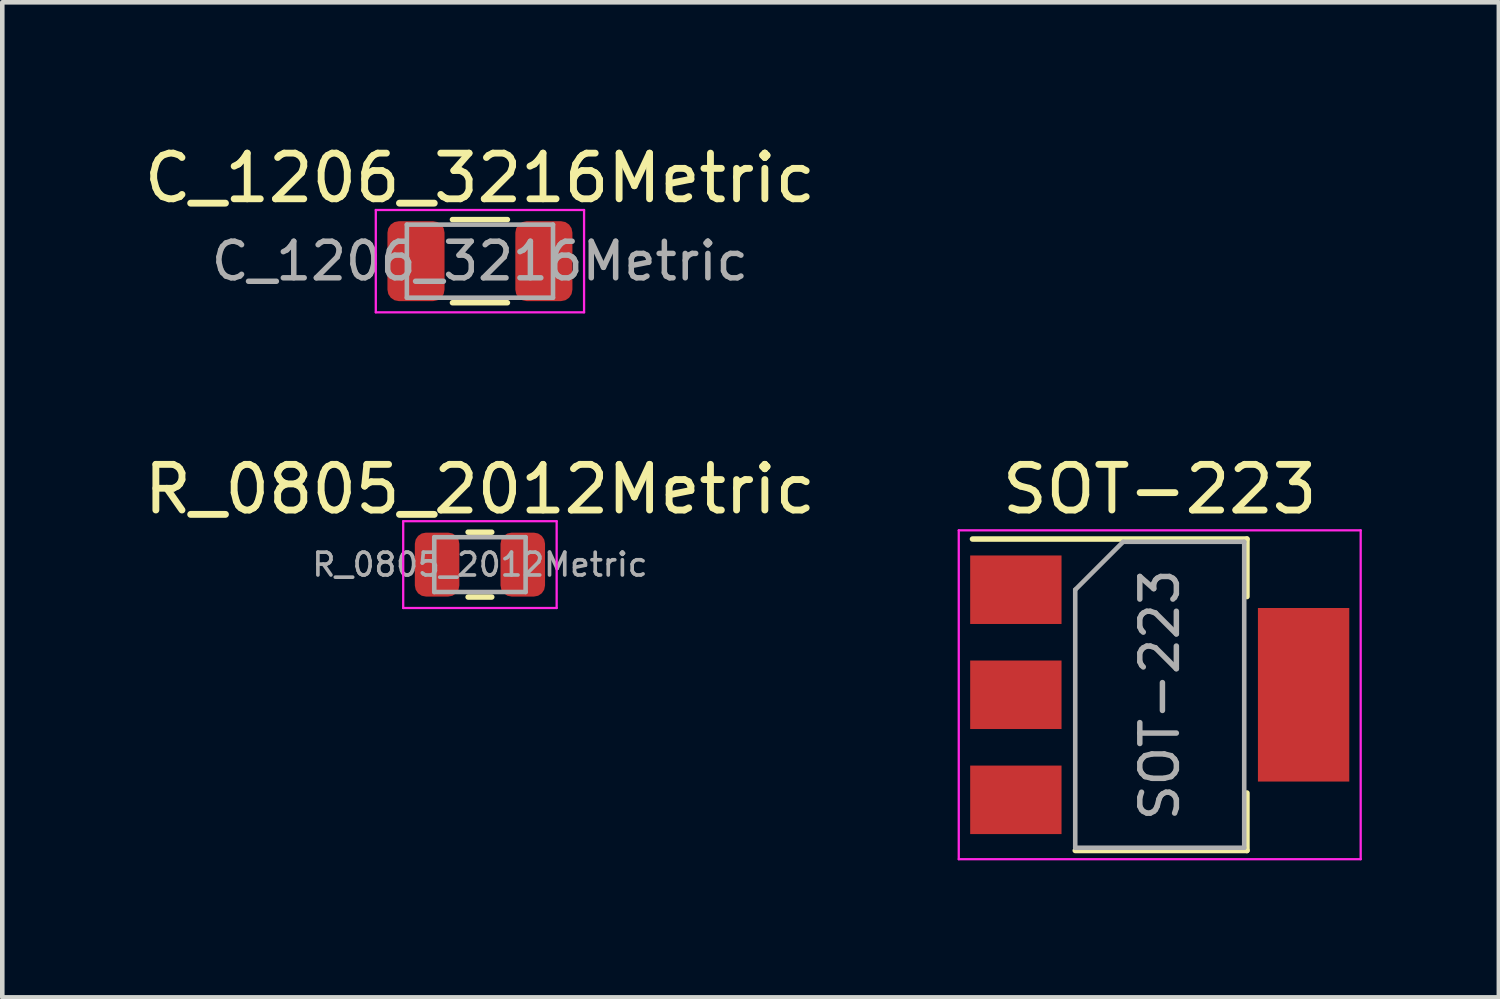
<source format=kicad_pcb>
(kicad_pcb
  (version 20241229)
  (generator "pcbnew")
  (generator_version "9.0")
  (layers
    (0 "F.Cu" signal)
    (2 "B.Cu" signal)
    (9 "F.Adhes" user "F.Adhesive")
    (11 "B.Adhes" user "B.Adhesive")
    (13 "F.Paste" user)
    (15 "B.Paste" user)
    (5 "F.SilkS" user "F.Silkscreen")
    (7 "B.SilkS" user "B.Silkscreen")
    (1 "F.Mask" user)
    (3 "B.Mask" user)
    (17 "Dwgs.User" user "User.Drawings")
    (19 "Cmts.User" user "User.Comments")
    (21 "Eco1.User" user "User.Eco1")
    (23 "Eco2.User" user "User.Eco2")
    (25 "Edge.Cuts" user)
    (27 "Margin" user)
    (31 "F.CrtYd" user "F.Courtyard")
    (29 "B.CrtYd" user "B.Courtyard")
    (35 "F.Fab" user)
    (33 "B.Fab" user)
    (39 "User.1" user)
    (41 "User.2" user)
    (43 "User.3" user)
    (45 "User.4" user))
  (footprint "SOT-223"
    (layer "F.Cu")
    (at 22.342 12.162)
    (property "Reference" "SOT-223" (at 0 -4.5 0) (layer "F.SilkS") (effects (font (size 1 1) (thickness 0.15))))
    (attr smd)
    (fp_line (start -4.1 -3.41) (end 1.91 -3.41) (stroke (width 0.12) (type solid)) (layer "F.SilkS"))
    (fp_line (start -1.85 3.41) (end 1.91 3.41) (stroke (width 0.12) (type solid)) (layer "F.SilkS"))
    (fp_line (start 1.91 -3.41) (end 1.91 -2.15) (stroke (width 0.12) (type solid)) (layer "F.SilkS"))
    (fp_line (start 1.91 3.41) (end 1.91 2.15) (stroke (width 0.12) (type solid)) (layer "F.SilkS"))
    (fp_line (start -4.4 -3.6) (end -4.4 3.6) (stroke (width 0.05) (type solid)) (layer "F.CrtYd"))
    (fp_line (start -4.4 3.6) (end 4.4 3.6) (stroke (width 0.05) (type solid)) (layer "F.CrtYd"))
    (fp_line (start 4.4 -3.6) (end -4.4 -3.6) (stroke (width 0.05) (type solid)) (layer "F.CrtYd"))
    (fp_line (start 4.4 3.6) (end 4.4 -3.6) (stroke (width 0.05) (type solid)) (layer "F.CrtYd"))
    (fp_line (start -1.85 -2.3) (end -1.85 3.35) (stroke (width 0.1) (type solid)) (layer "F.Fab"))
    (fp_line (start -1.85 -2.3) (end -0.8 -3.35) (stroke (width 0.1) (type solid)) (layer "F.Fab"))
    (fp_line (start -1.85 3.35) (end 1.85 3.35) (stroke (width 0.1) (type solid)) (layer "F.Fab"))
    (fp_line (start -0.8 -3.35) (end 1.85 -3.35) (stroke (width 0.1) (type solid)) (layer "F.Fab"))
    (fp_line (start 1.85 -3.35) (end 1.85 3.35) (stroke (width 0.1) (type solid)) (layer "F.Fab"))
    (fp_text user "${REFERENCE}" (at 0 0 90) (layer "F.Fab") (effects (font (size 0.8 0.8) (thickness 0.12))))
    (pad "1" smd rect (at -3.15 -2.3) (size 2 1.5) (layers "F.Cu" "F.Mask" "F.Paste"))
    (pad "2" smd rect (at -3.15 0) (size 2 1.5) (layers "F.Cu" "F.Mask" "F.Paste"))
    (pad "3" smd rect (at -3.15 2.3) (size 2 1.5) (layers "F.Cu" "F.Mask" "F.Paste"))
    (pad "4" smd rect (at 3.15 0) (size 2 3.8) (layers "F.Cu" "F.Mask" "F.Paste")))
  (footprint "R_0805_2012Metric"
    (layer "F.Cu")
    (at 7.458 9.312)
    (property "Reference" "R_0805_2012Metric" (at 0 -1.65 0) (layer "F.SilkS") (effects (font (size 1 1) (thickness 0.15))))
    (attr smd)
    (fp_line (start -0.259 -0.71) (end 0.259 -0.71) (stroke (width 0.12) (type solid)) (layer "F.SilkS"))
    (fp_line (start -0.259 0.71) (end 0.259 0.71) (stroke (width 0.12) (type solid)) (layer "F.SilkS"))
    (fp_line (start -1.68 -0.95) (end 1.68 -0.95) (stroke (width 0.05) (type solid)) (layer "F.CrtYd"))
    (fp_line (start -1.68 0.95) (end -1.68 -0.95) (stroke (width 0.05) (type solid)) (layer "F.CrtYd"))
    (fp_line (start 1.68 -0.95) (end 1.68 0.95) (stroke (width 0.05) (type solid)) (layer "F.CrtYd"))
    (fp_line (start 1.68 0.95) (end -1.68 0.95) (stroke (width 0.05) (type solid)) (layer "F.CrtYd"))
    (fp_line (start -1 -0.6) (end 1 -0.6) (stroke (width 0.1) (type solid)) (layer "F.Fab"))
    (fp_line (start -1 0.6) (end -1 -0.6) (stroke (width 0.1) (type solid)) (layer "F.Fab"))
    (fp_line (start 1 -0.6) (end 1 0.6) (stroke (width 0.1) (type solid)) (layer "F.Fab"))
    (fp_line (start 1 0.6) (end -1 0.6) (stroke (width 0.1) (type solid)) (layer "F.Fab"))
    (fp_text user "${REFERENCE}" (at 0 0 0) (layer "F.Fab") (effects (font (size 0.5 0.5) (thickness 0.08))))
    (pad "1" smd roundrect (at -0.938 0) (size 0.975 1.4) (layers "F.Cu" "F.Mask" "F.Paste") (roundrect_rratio 0.25))
    (pad "2" smd roundrect (at 0.938 0) (size 0.975 1.4) (layers "F.Cu" "F.Mask" "F.Paste") (roundrect_rratio 0.25)))
  (footprint "C_1206_3216Metric"
    (layer "F.Cu")
    (at 7.458 2.668)
    (property "Reference" "C_1206_3216Metric" (at 0 -1.82 0) (layer "F.SilkS") (effects (font (size 1 1) (thickness 0.15))))
    (attr smd)
    (fp_line (start -0.602 -0.91) (end 0.602 -0.91) (stroke (width 0.12) (type solid)) (layer "F.SilkS"))
    (fp_line (start -0.602 0.91) (end 0.602 0.91) (stroke (width 0.12) (type solid)) (layer "F.SilkS"))
    (fp_line (start -2.28 -1.12) (end 2.28 -1.12) (stroke (width 0.05) (type solid)) (layer "F.CrtYd"))
    (fp_line (start -2.28 1.12) (end -2.28 -1.12) (stroke (width 0.05) (type solid)) (layer "F.CrtYd"))
    (fp_line (start 2.28 -1.12) (end 2.28 1.12) (stroke (width 0.05) (type solid)) (layer "F.CrtYd"))
    (fp_line (start 2.28 1.12) (end -2.28 1.12) (stroke (width 0.05) (type solid)) (layer "F.CrtYd"))
    (fp_line (start -1.6 -0.8) (end 1.6 -0.8) (stroke (width 0.1) (type solid)) (layer "F.Fab"))
    (fp_line (start -1.6 0.8) (end -1.6 -0.8) (stroke (width 0.1) (type solid)) (layer "F.Fab"))
    (fp_line (start 1.6 -0.8) (end 1.6 0.8) (stroke (width 0.1) (type solid)) (layer "F.Fab"))
    (fp_line (start 1.6 0.8) (end -1.6 0.8) (stroke (width 0.1) (type solid)) (layer "F.Fab"))
    (fp_text user "${REFERENCE}" (at 0 0 0) (layer "F.Fab") (effects (font (size 0.8 0.8) (thickness 0.12))))
    (pad "1" smd roundrect (at -1.4 0) (size 1.25 1.75) (layers "F.Cu" "F.Mask" "F.Paste") (roundrect_rratio 0.2))
    (pad "2" smd roundrect (at 1.4 0) (size 1.25 1.75) (layers "F.Cu" "F.Mask" "F.Paste") (roundrect_rratio 0.2)))
  (gr_rect
    (start -3 -3)
    (end 29.767 18.787)
    (stroke (width 0.1) (type default))
    (fill no)
    (layer "Edge.Cuts")))
</source>
